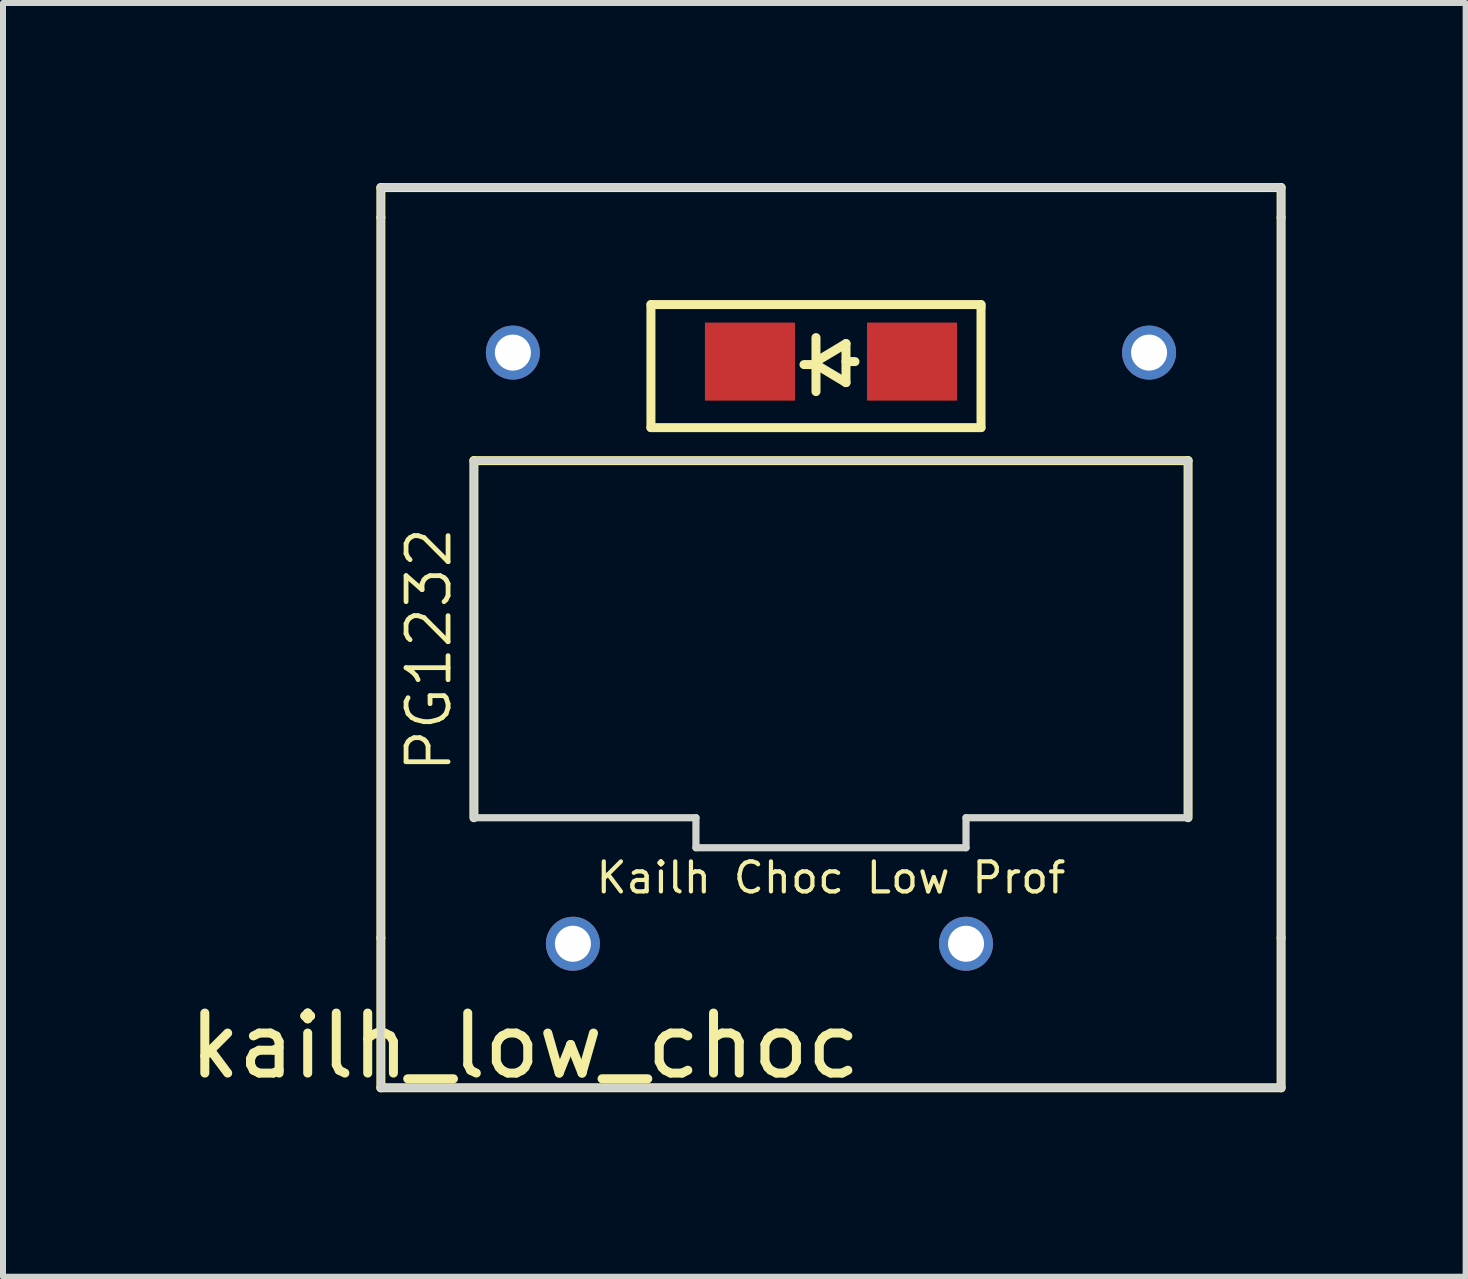
<source format=kicad_pcb>
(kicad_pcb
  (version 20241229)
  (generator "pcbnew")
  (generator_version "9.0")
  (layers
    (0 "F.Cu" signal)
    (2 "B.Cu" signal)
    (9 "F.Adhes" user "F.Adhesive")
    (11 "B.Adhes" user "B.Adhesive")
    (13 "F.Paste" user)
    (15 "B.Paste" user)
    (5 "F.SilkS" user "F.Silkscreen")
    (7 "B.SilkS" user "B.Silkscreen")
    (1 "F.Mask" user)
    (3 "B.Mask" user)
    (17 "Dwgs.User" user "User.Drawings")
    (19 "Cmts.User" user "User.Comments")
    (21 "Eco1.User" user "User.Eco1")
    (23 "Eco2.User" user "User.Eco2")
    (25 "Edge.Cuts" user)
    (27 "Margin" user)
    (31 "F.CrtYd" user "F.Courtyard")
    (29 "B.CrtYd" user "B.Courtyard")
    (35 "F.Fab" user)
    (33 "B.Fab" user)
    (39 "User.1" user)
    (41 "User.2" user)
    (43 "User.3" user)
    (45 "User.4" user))
  (footprint "kailh_low_choc"
    (layer "F.Cu")
    (at 10.796 7.575)
    (property "Reference" "kailh_low_choc" (at -5.1 6.8 0) (layer "F.SilkS") (effects (font (size 1 1) (thickness 0.15))))
    (attr through_hole)
    (fp_line (start -7.5 -7.5) (end 7.5 -7.5) (stroke (width 0.15) (type solid)) (layer "F.SilkS"))
    (fp_line (start -7.5 -7) (end -7.5 -7.5) (stroke (width 0.15) (type solid)) (layer "F.SilkS"))
    (fp_line (start -7.5 -7) (end -7.5 5) (stroke (width 0.15) (type solid)) (layer "F.SilkS"))
    (fp_line (start -7.5 5) (end -7.5 7.5) (stroke (width 0.15) (type solid)) (layer "F.SilkS"))
    (fp_line (start -7.5 7.5) (end 7.5 7.5) (stroke (width 0.15) (type solid)) (layer "F.SilkS"))
    (fp_line (start -5.95 -2.95) (end 5.95 -2.95) (stroke (width 0.15) (type solid)) (layer "F.SilkS"))
    (fp_line (start -5.95 3) (end -5.95 -2.95) (stroke (width 0.15) (type solid)) (layer "F.SilkS"))
    (fp_line (start -3 -5.55) (end -3 -3.5) (stroke (width 0.15) (type solid)) (layer "F.SilkS"))
    (fp_line (start -3 -3.5) (end 2.5 -3.5) (stroke (width 0.15) (type solid)) (layer "F.SilkS"))
    (fp_line (start -0.3 -4.55) (end -0.45 -4.55) (stroke (width 0.15) (type solid)) (layer "F.SilkS"))
    (fp_line (start -0.25 -5) (end -0.25 -4.1) (stroke (width 0.15) (type solid)) (layer "F.SilkS"))
    (fp_line (start -0.25 -4.6) (end 0.25 -4.9) (stroke (width 0.15) (type solid)) (layer "F.SilkS"))
    (fp_line (start 0.25 -4.9) (end 0.25 -4.25) (stroke (width 0.15) (type solid)) (layer "F.SilkS"))
    (fp_line (start 0.25 -4.6) (end 0.4 -4.6) (stroke (width 0.15) (type solid)) (layer "F.SilkS"))
    (fp_line (start 0.25 -4.25) (end -0.25 -4.55) (stroke (width 0.15) (type solid)) (layer "F.SilkS"))
    (fp_line (start 2.5 -5.55) (end -3 -5.55) (stroke (width 0.15) (type solid)) (layer "F.SilkS"))
    (fp_line (start 2.5 -5.5) (end 2.5 -5.55) (stroke (width 0.15) (type solid)) (layer "F.SilkS"))
    (fp_line (start 2.5 -3.5) (end 2.5 -5.5) (stroke (width 0.15) (type solid)) (layer "F.SilkS"))
    (fp_line (start 5.95 -2.95) (end 5.95 3) (stroke (width 0.15) (type solid)) (layer "F.SilkS"))
    (fp_line (start 7.5 -7.5) (end 7.5 -7) (stroke (width 0.15) (type solid)) (layer "F.SilkS"))
    (fp_line (start 7.5 -7) (end 7.5 5) (stroke (width 0.15) (type solid)) (layer "F.SilkS"))
    (fp_line (start 7.5 7.5) (end 7.5 5) (stroke (width 0.15) (type solid)) (layer "F.SilkS"))
    (fp_line (start -7.5 -7.5) (end 7.5 -7.5) (stroke (width 0.12) (type solid)) (layer "Edge.Cuts"))
    (fp_line (start -7.5 7.5) (end -7.5 -7.5) (stroke (width 0.12) (type solid)) (layer "Edge.Cuts"))
    (fp_line (start -5.95 -2.95) (end 5.95 -2.95) (stroke (width 0.12) (type solid)) (layer "Edge.Cuts"))
    (fp_line (start -5.95 3) (end -5.95 -2.95) (stroke (width 0.12) (type solid)) (layer "Edge.Cuts"))
    (fp_line (start -2.25 3) (end -5.95 3) (stroke (width 0.12) (type solid)) (layer "Edge.Cuts"))
    (fp_line (start -2.25 3) (end -2.25 3.5) (stroke (width 0.12) (type solid)) (layer "Edge.Cuts"))
    (fp_line (start -2.25 3.5) (end 2.25 3.5) (stroke (width 0.12) (type solid)) (layer "Edge.Cuts"))
    (fp_line (start 2.25 3) (end 5.95 3) (stroke (width 0.12) (type solid)) (layer "Edge.Cuts"))
    (fp_line (start 2.25 3.5) (end 2.25 3) (stroke (width 0.12) (type solid)) (layer "Edge.Cuts"))
    (fp_line (start 5.95 -2.95) (end 5.95 3) (stroke (width 0.12) (type solid)) (layer "Edge.Cuts"))
    (fp_line (start 7.5 -7.5) (end 7.5 7.5) (stroke (width 0.12) (type solid)) (layer "Edge.Cuts"))
    (fp_line (start 7.5 7.5) (end -7.5 7.5) (stroke (width 0.12) (type solid)) (layer "Edge.Cuts"))
    (fp_line (start 2.25 5.1) (end 2.25 4.95) (stroke (width 0.12) (type solid)) (layer "F.CrtYd"))
    (fp_text user "PG1232" (at -6.7 0.2 90) (layer "F.SilkS") (effects (font (size 0.7 0.7) (thickness 0.08))))
    (fp_text user "Kailh Choc Low Prof" (at 0 4 0) (layer "F.SilkS") (effects (font (size 0.5 0.5) (thickness 0.07))))
    (pad "1" thru_hole circle (at -4.3 5.1) (size 0.9 0.9) (drill 0.6) (layers "*.Cu" "*.Mask"))
    (pad "2" thru_hole circle (at 2.25 5.1) (size 0.9 0.9) (drill 0.6) (layers "*.Cu" "*.Mask"))
    (pad "3" thru_hole circle (at 5.3 -4.75) (size 0.9 0.9) (drill 0.6) (layers "*.Cu" "*.Mask"))
    (pad "4" thru_hole circle (at -5.3 -4.75) (size 0.9 0.9) (drill 0.6) (layers "*.Cu" "*.Mask"))
    (pad "5" smd rect (at 1.35 -4.6) (size 1.5 1.3) (layers "F.Cu" "F.Mask" "F.Paste"))
    (pad "6" smd rect (at -1.35 -4.6) (size 1.5 1.3) (layers "F.Cu" "F.Mask" "F.Paste")))
  (gr_rect
    (start -3 -3)
    (end 21.371 18.223)
    (stroke (width 0.1) (type default))
    (fill no)
    (layer "Edge.Cuts")))
</source>
